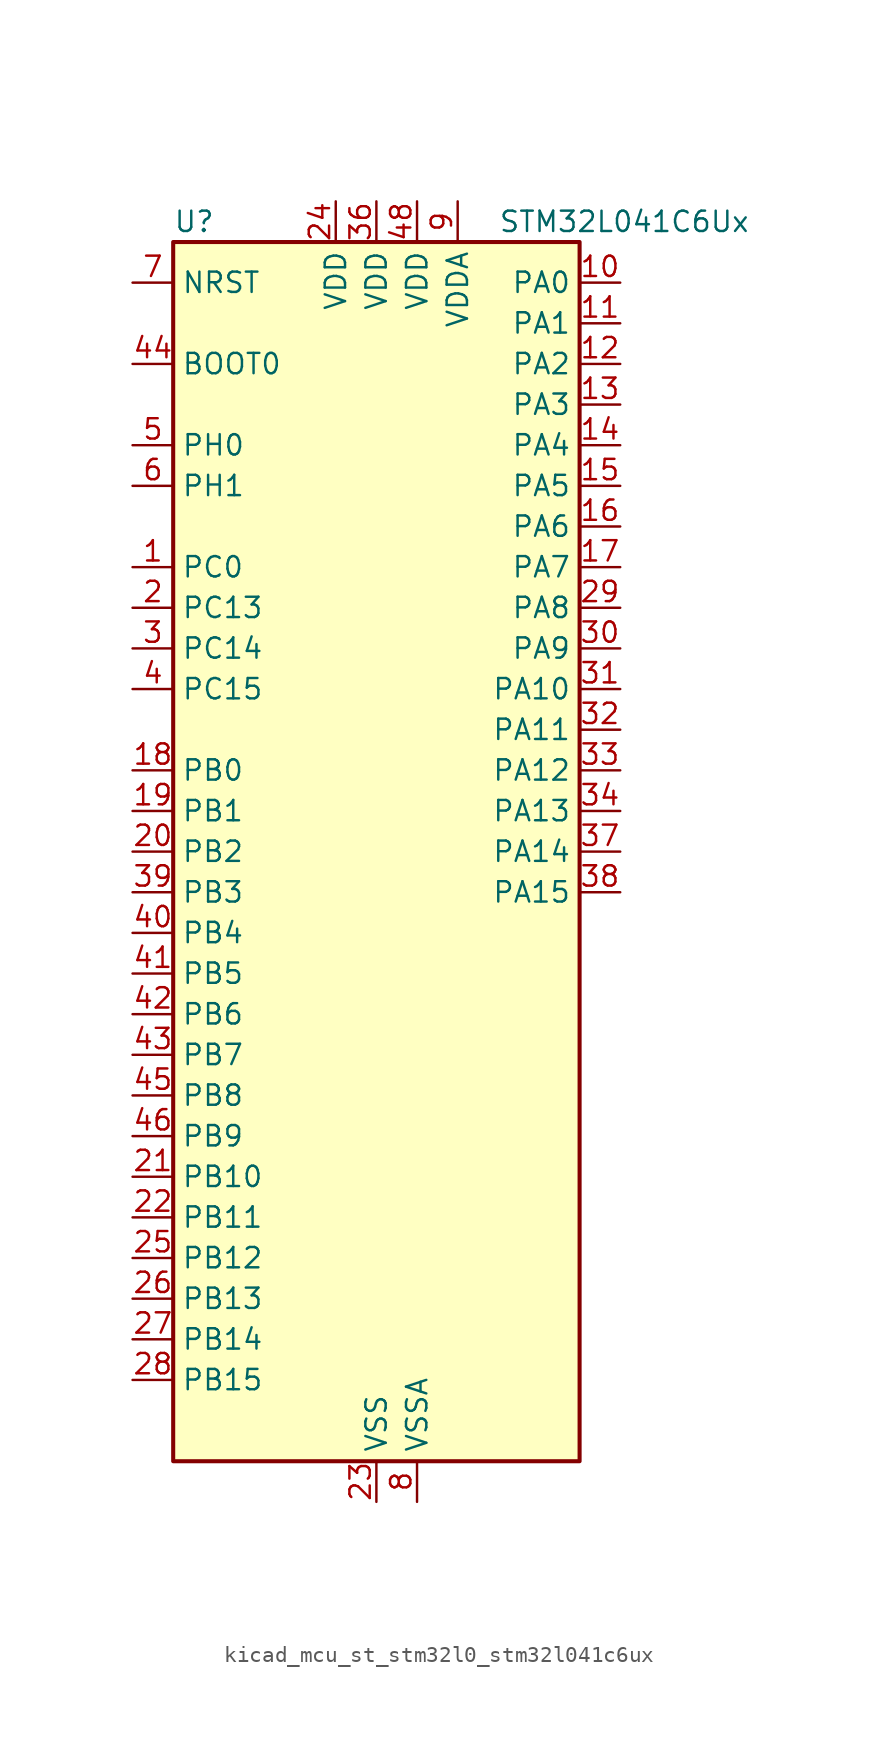
<source format=kicad_sym>
(kicad_symbol_lib
  (version 20220914)
  (generator kicad_symbol_editor)
  (symbol "kicad_mcu_st_stm32l0_stm32l041c6ux"
    (property "Reference" "U"
      (at -12.7 39.37 0)
      (effects (font (size 1.27 1.27)) (justify left)))
    (property "Value" "STM32L041C6Ux"
      (at 7.62 39.37 0)
      (effects (font (size 1.27 1.27)) (justify left)))
    (property "ki_locked" ""
      (at 0 0 0)
      (effects (font (size 1.27 1.27))))
    (symbol "kicad_mcu_st_stm32l0_stm32l041c6ux_0_1"
      (rectangle (start -12.7 -38.1) (end 12.7 38.1) (stroke (width 0.254) (type default)) (fill (type background))))
    (symbol "kicad_mcu_st_stm32l0_stm32l041c6ux_1_1"
      (pin bidirectional line (at -15.24 17.78 0) (length 2.54) (name "PC0" (effects (font (size 1.27 1.27)))) (number "1" (effects (font (size 1.27 1.27)))) (alternate "LPTIM1_IN1" bidirectional line) (alternate "LPUART1_RX" bidirectional line))
      (pin bidirectional line (at 15.24 35.56 180) (length 2.54) (name "PA0" (effects (font (size 1.27 1.27)))) (number "10" (effects (font (size 1.27 1.27)))) (alternate "ADC_IN0" bidirectional line) (alternate "COMP1_INM" bidirectional line) (alternate "COMP1_OUT" bidirectional line) (alternate "LPTIM1_IN1" bidirectional line) (alternate "RTC_TAMP2" bidirectional line) (alternate "SYS_WKUP1" bidirectional line) (alternate "TIM2_CH1" bidirectional line) (alternate "TIM2_ETR" bidirectional line) (alternate "USART2_CTS" bidirectional line))
      (pin bidirectional line (at 15.24 33.02 180) (length 2.54) (name "PA1" (effects (font (size 1.27 1.27)))) (number "11" (effects (font (size 1.27 1.27)))) (alternate "ADC_IN1" bidirectional line) (alternate "COMP1_INP" bidirectional line) (alternate "I2C1_SMBA" bidirectional line) (alternate "LPTIM1_IN2" bidirectional line) (alternate "TIM21_ETR" bidirectional line) (alternate "TIM2_CH2" bidirectional line) (alternate "USART2_DE" bidirectional line) (alternate "USART2_RTS" bidirectional line))
      (pin bidirectional line (at 15.24 30.48 180) (length 2.54) (name "PA2" (effects (font (size 1.27 1.27)))) (number "12" (effects (font (size 1.27 1.27)))) (alternate "ADC_IN2" bidirectional line) (alternate "COMP2_INM" bidirectional line) (alternate "COMP2_OUT" bidirectional line) (alternate "LPUART1_TX" bidirectional line) (alternate "RTC_OUT_ALARM" bidirectional line) (alternate "RTC_OUT_CALIB" bidirectional line) (alternate "RTC_TAMP3" bidirectional line) (alternate "RTC_TS" bidirectional line) (alternate "SYS_WKUP3" bidirectional line) (alternate "TIM21_CH1" bidirectional line) (alternate "TIM2_CH3" bidirectional line) (alternate "USART2_TX" bidirectional line))
      (pin bidirectional line (at 15.24 27.94 180) (length 2.54) (name "PA3" (effects (font (size 1.27 1.27)))) (number "13" (effects (font (size 1.27 1.27)))) (alternate "ADC_IN3" bidirectional line) (alternate "COMP2_INP" bidirectional line) (alternate "LPUART1_RX" bidirectional line) (alternate "TIM21_CH2" bidirectional line) (alternate "TIM2_CH4" bidirectional line) (alternate "USART2_RX" bidirectional line))
      (pin bidirectional line (at 15.24 25.4 180) (length 2.54) (name "PA4" (effects (font (size 1.27 1.27)))) (number "14" (effects (font (size 1.27 1.27)))) (alternate "ADC_IN4" bidirectional line) (alternate "COMP1_INM" bidirectional line) (alternate "COMP2_INM" bidirectional line) (alternate "LPTIM1_IN1" bidirectional line) (alternate "SPI1_NSS" bidirectional line) (alternate "TIM22_ETR" bidirectional line) (alternate "USART2_CK" bidirectional line))
      (pin bidirectional line (at 15.24 22.86 180) (length 2.54) (name "PA5" (effects (font (size 1.27 1.27)))) (number "15" (effects (font (size 1.27 1.27)))) (alternate "ADC_IN5" bidirectional line) (alternate "COMP1_INM" bidirectional line) (alternate "COMP2_INM" bidirectional line) (alternate "LPTIM1_IN2" bidirectional line) (alternate "SPI1_SCK" bidirectional line) (alternate "TIM2_CH1" bidirectional line) (alternate "TIM2_ETR" bidirectional line))
      (pin bidirectional line (at 15.24 20.32 180) (length 2.54) (name "PA6" (effects (font (size 1.27 1.27)))) (number "16" (effects (font (size 1.27 1.27)))) (alternate "ADC_IN6" bidirectional line) (alternate "COMP1_OUT" bidirectional line) (alternate "LPTIM1_ETR" bidirectional line) (alternate "LPUART1_CTS" bidirectional line) (alternate "SPI1_MISO" bidirectional line) (alternate "TIM22_CH1" bidirectional line))
      (pin bidirectional line (at 15.24 17.78 180) (length 2.54) (name "PA7" (effects (font (size 1.27 1.27)))) (number "17" (effects (font (size 1.27 1.27)))) (alternate "ADC_IN7" bidirectional line) (alternate "COMP2_OUT" bidirectional line) (alternate "LPTIM1_OUT" bidirectional line) (alternate "SPI1_MOSI" bidirectional line) (alternate "TIM22_CH2" bidirectional line) (alternate "USART2_CTS" bidirectional line))
      (pin bidirectional line (at -15.24 5.08 0) (length 2.54) (name "PB0" (effects (font (size 1.27 1.27)))) (number "18" (effects (font (size 1.27 1.27)))) (alternate "ADC_IN8" bidirectional line) (alternate "SPI1_MISO" bidirectional line) (alternate "SYS_VREF_OUT_PB0" bidirectional line) (alternate "TIM2_CH3" bidirectional line) (alternate "USART2_DE" bidirectional line) (alternate "USART2_RTS" bidirectional line))
      (pin bidirectional line (at -15.24 2.54 0) (length 2.54) (name "PB1" (effects (font (size 1.27 1.27)))) (number "19" (effects (font (size 1.27 1.27)))) (alternate "ADC_IN9" bidirectional line) (alternate "LPUART1_DE" bidirectional line) (alternate "LPUART1_RTS" bidirectional line) (alternate "SPI1_MOSI" bidirectional line) (alternate "SYS_VREF_OUT_PB1" bidirectional line) (alternate "TIM2_CH4" bidirectional line) (alternate "USART2_CK" bidirectional line))
      (pin bidirectional line (at -15.24 15.24 0) (length 2.54) (name "PC13" (effects (font (size 1.27 1.27)))) (number "2" (effects (font (size 1.27 1.27)))) (alternate "RTC_TAMP1" bidirectional line) (alternate "SYS_WKUP2" bidirectional line))
      (pin bidirectional line (at -15.24 0 0) (length 2.54) (name "PB2" (effects (font (size 1.27 1.27)))) (number "20" (effects (font (size 1.27 1.27)))) (alternate "LPTIM1_OUT" bidirectional line))
      (pin bidirectional line (at -15.24 -20.32 0) (length 2.54) (name "PB10" (effects (font (size 1.27 1.27)))) (number "21" (effects (font (size 1.27 1.27)))) (alternate "LPUART1_TX" bidirectional line) (alternate "TIM2_CH3" bidirectional line))
      (pin bidirectional line (at -15.24 -22.86 0) (length 2.54) (name "PB11" (effects (font (size 1.27 1.27)))) (number "22" (effects (font (size 1.27 1.27)))) (alternate "ADC_EXTI11" bidirectional line) (alternate "LPUART1_RX" bidirectional line) (alternate "TIM2_CH4" bidirectional line))
      (pin power_in line (at 0 -40.64 90) (length 2.54) (name "VSS" (effects (font (size 1.27 1.27)))) (number "23" (effects (font (size 1.27 1.27)))))
      (pin power_in line (at -2.54 40.64 270) (length 2.54) (name "VDD" (effects (font (size 1.27 1.27)))) (number "24" (effects (font (size 1.27 1.27)))))
      (pin bidirectional line (at -15.24 -25.4 0) (length 2.54) (name "PB12" (effects (font (size 1.27 1.27)))) (number "25" (effects (font (size 1.27 1.27)))) (alternate "SPI1_NSS" bidirectional line))
      (pin bidirectional line (at -15.24 -27.94 0) (length 2.54) (name "PB13" (effects (font (size 1.27 1.27)))) (number "26" (effects (font (size 1.27 1.27)))) (alternate "LPUART1_CTS" bidirectional line) (alternate "RCC_MCO" bidirectional line) (alternate "SPI1_SCK" bidirectional line) (alternate "TIM21_CH1" bidirectional line))
      (pin bidirectional line (at -15.24 -30.48 0) (length 2.54) (name "PB14" (effects (font (size 1.27 1.27)))) (number "27" (effects (font (size 1.27 1.27)))) (alternate "LPUART1_DE" bidirectional line) (alternate "LPUART1_RTS" bidirectional line) (alternate "RTC_OUT_ALARM" bidirectional line) (alternate "RTC_OUT_CALIB" bidirectional line) (alternate "SPI1_MISO" bidirectional line) (alternate "TIM21_CH2" bidirectional line))
      (pin bidirectional line (at -15.24 -33.02 0) (length 2.54) (name "PB15" (effects (font (size 1.27 1.27)))) (number "28" (effects (font (size 1.27 1.27)))) (alternate "RTC_REFIN" bidirectional line) (alternate "SPI1_MOSI" bidirectional line))
      (pin bidirectional line (at 15.24 15.24 180) (length 2.54) (name "PA8" (effects (font (size 1.27 1.27)))) (number "29" (effects (font (size 1.27 1.27)))) (alternate "LPTIM1_IN1" bidirectional line) (alternate "RCC_MCO" bidirectional line) (alternate "TIM2_CH1" bidirectional line) (alternate "USART2_CK" bidirectional line))
      (pin bidirectional line (at -15.24 12.7 0) (length 2.54) (name "PC14" (effects (font (size 1.27 1.27)))) (number "3" (effects (font (size 1.27 1.27)))) (alternate "RCC_OSC32_IN" bidirectional line))
      (pin bidirectional line (at 15.24 12.7 180) (length 2.54) (name "PA9" (effects (font (size 1.27 1.27)))) (number "30" (effects (font (size 1.27 1.27)))) (alternate "I2C1_SCL" bidirectional line) (alternate "RCC_MCO" bidirectional line) (alternate "TIM22_CH1" bidirectional line) (alternate "USART2_TX" bidirectional line))
      (pin bidirectional line (at 15.24 10.16 180) (length 2.54) (name "PA10" (effects (font (size 1.27 1.27)))) (number "31" (effects (font (size 1.27 1.27)))) (alternate "I2C1_SDA" bidirectional line) (alternate "TIM22_CH2" bidirectional line) (alternate "USART2_RX" bidirectional line))
      (pin bidirectional line (at 15.24 7.62 180) (length 2.54) (name "PA11" (effects (font (size 1.27 1.27)))) (number "32" (effects (font (size 1.27 1.27)))) (alternate "ADC_EXTI11" bidirectional line) (alternate "COMP1_OUT" bidirectional line) (alternate "SPI1_MISO" bidirectional line) (alternate "TIM21_CH2" bidirectional line) (alternate "USART2_CTS" bidirectional line))
      (pin bidirectional line (at 15.24 5.08 180) (length 2.54) (name "PA12" (effects (font (size 1.27 1.27)))) (number "33" (effects (font (size 1.27 1.27)))) (alternate "COMP2_OUT" bidirectional line) (alternate "SPI1_MOSI" bidirectional line) (alternate "USART2_DE" bidirectional line) (alternate "USART2_RTS" bidirectional line))
      (pin bidirectional line (at 15.24 2.54 180) (length 2.54) (name "PA13" (effects (font (size 1.27 1.27)))) (number "34" (effects (font (size 1.27 1.27)))) (alternate "LPTIM1_ETR" bidirectional line) (alternate "LPUART1_RX" bidirectional line) (alternate "SYS_SWDIO" bidirectional line))
      (pin passive line (at 0 -40.64 90) (length 2.54) hide (name "VSS" (effects (font (size 1.27 1.27)))) (number "35" (effects (font (size 1.27 1.27)))))
      (pin power_in line (at 0 40.64 270) (length 2.54) (name "VDD" (effects (font (size 1.27 1.27)))) (number "36" (effects (font (size 1.27 1.27)))))
      (pin bidirectional line (at 15.24 0 180) (length 2.54) (name "PA14" (effects (font (size 1.27 1.27)))) (number "37" (effects (font (size 1.27 1.27)))) (alternate "I2C1_SMBA" bidirectional line) (alternate "LPTIM1_OUT" bidirectional line) (alternate "LPUART1_TX" bidirectional line) (alternate "SYS_SWCLK" bidirectional line) (alternate "USART2_TX" bidirectional line))
      (pin bidirectional line (at 15.24 -2.54 180) (length 2.54) (name "PA15" (effects (font (size 1.27 1.27)))) (number "38" (effects (font (size 1.27 1.27)))) (alternate "SPI1_NSS" bidirectional line) (alternate "TIM2_CH1" bidirectional line) (alternate "TIM2_ETR" bidirectional line) (alternate "USART2_RX" bidirectional line))
      (pin bidirectional line (at -15.24 -2.54 0) (length 2.54) (name "PB3" (effects (font (size 1.27 1.27)))) (number "39" (effects (font (size 1.27 1.27)))) (alternate "COMP2_INM" bidirectional line) (alternate "SPI1_SCK" bidirectional line) (alternate "TIM2_CH2" bidirectional line))
      (pin bidirectional line (at -15.24 10.16 0) (length 2.54) (name "PC15" (effects (font (size 1.27 1.27)))) (number "4" (effects (font (size 1.27 1.27)))) (alternate "RCC_OSC32_OUT" bidirectional line))
      (pin bidirectional line (at -15.24 -5.08 0) (length 2.54) (name "PB4" (effects (font (size 1.27 1.27)))) (number "40" (effects (font (size 1.27 1.27)))) (alternate "COMP2_INP" bidirectional line) (alternate "SPI1_MISO" bidirectional line) (alternate "TIM22_CH1" bidirectional line))
      (pin bidirectional line (at -15.24 -7.62 0) (length 2.54) (name "PB5" (effects (font (size 1.27 1.27)))) (number "41" (effects (font (size 1.27 1.27)))) (alternate "COMP2_INP" bidirectional line) (alternate "I2C1_SMBA" bidirectional line) (alternate "LPTIM1_IN1" bidirectional line) (alternate "SPI1_MOSI" bidirectional line) (alternate "TIM22_CH2" bidirectional line))
      (pin bidirectional line (at -15.24 -10.16 0) (length 2.54) (name "PB6" (effects (font (size 1.27 1.27)))) (number "42" (effects (font (size 1.27 1.27)))) (alternate "COMP2_INP" bidirectional line) (alternate "I2C1_SCL" bidirectional line) (alternate "LPTIM1_ETR" bidirectional line) (alternate "TIM21_CH1" bidirectional line) (alternate "USART2_TX" bidirectional line))
      (pin bidirectional line (at -15.24 -12.7 0) (length 2.54) (name "PB7" (effects (font (size 1.27 1.27)))) (number "43" (effects (font (size 1.27 1.27)))) (alternate "COMP2_INP" bidirectional line) (alternate "I2C1_SDA" bidirectional line) (alternate "LPTIM1_IN2" bidirectional line) (alternate "SYS_PVD_IN" bidirectional line) (alternate "USART2_RX" bidirectional line))
      (pin input line (at -15.24 30.48 0) (length 2.54) (name "BOOT0" (effects (font (size 1.27 1.27)))) (number "44" (effects (font (size 1.27 1.27)))))
      (pin bidirectional line (at -15.24 -15.24 0) (length 2.54) (name "PB8" (effects (font (size 1.27 1.27)))) (number "45" (effects (font (size 1.27 1.27)))) (alternate "I2C1_SCL" bidirectional line))
      (pin bidirectional line (at -15.24 -17.78 0) (length 2.54) (name "PB9" (effects (font (size 1.27 1.27)))) (number "46" (effects (font (size 1.27 1.27)))) (alternate "I2C1_SDA" bidirectional line))
      (pin passive line (at 0 -40.64 90) (length 2.54) hide (name "VSS" (effects (font (size 1.27 1.27)))) (number "47" (effects (font (size 1.27 1.27)))))
      (pin power_in line (at 2.54 40.64 270) (length 2.54) (name "VDD" (effects (font (size 1.27 1.27)))) (number "48" (effects (font (size 1.27 1.27)))))
      (pin passive line (at 0 -40.64 90) (length 2.54) hide (name "VSS" (effects (font (size 1.27 1.27)))) (number "49" (effects (font (size 1.27 1.27)))))
      (pin bidirectional line (at -15.24 25.4 0) (length 2.54) (name "PH0" (effects (font (size 1.27 1.27)))) (number "5" (effects (font (size 1.27 1.27)))) (alternate "RCC_OSC_IN" bidirectional line))
      (pin bidirectional line (at -15.24 22.86 0) (length 2.54) (name "PH1" (effects (font (size 1.27 1.27)))) (number "6" (effects (font (size 1.27 1.27)))) (alternate "RCC_OSC_OUT" bidirectional line))
      (pin input line (at -15.24 35.56 0) (length 2.54) (name "NRST" (effects (font (size 1.27 1.27)))) (number "7" (effects (font (size 1.27 1.27)))))
      (pin power_in line (at 2.54 -40.64 90) (length 2.54) (name "VSSA" (effects (font (size 1.27 1.27)))) (number "8" (effects (font (size 1.27 1.27)))))
      (pin power_in line (at 5.08 40.64 270) (length 2.54) (name "VDDA" (effects (font (size 1.27 1.27)))) (number "9" (effects (font (size 1.27 1.27))))))))
</source>
